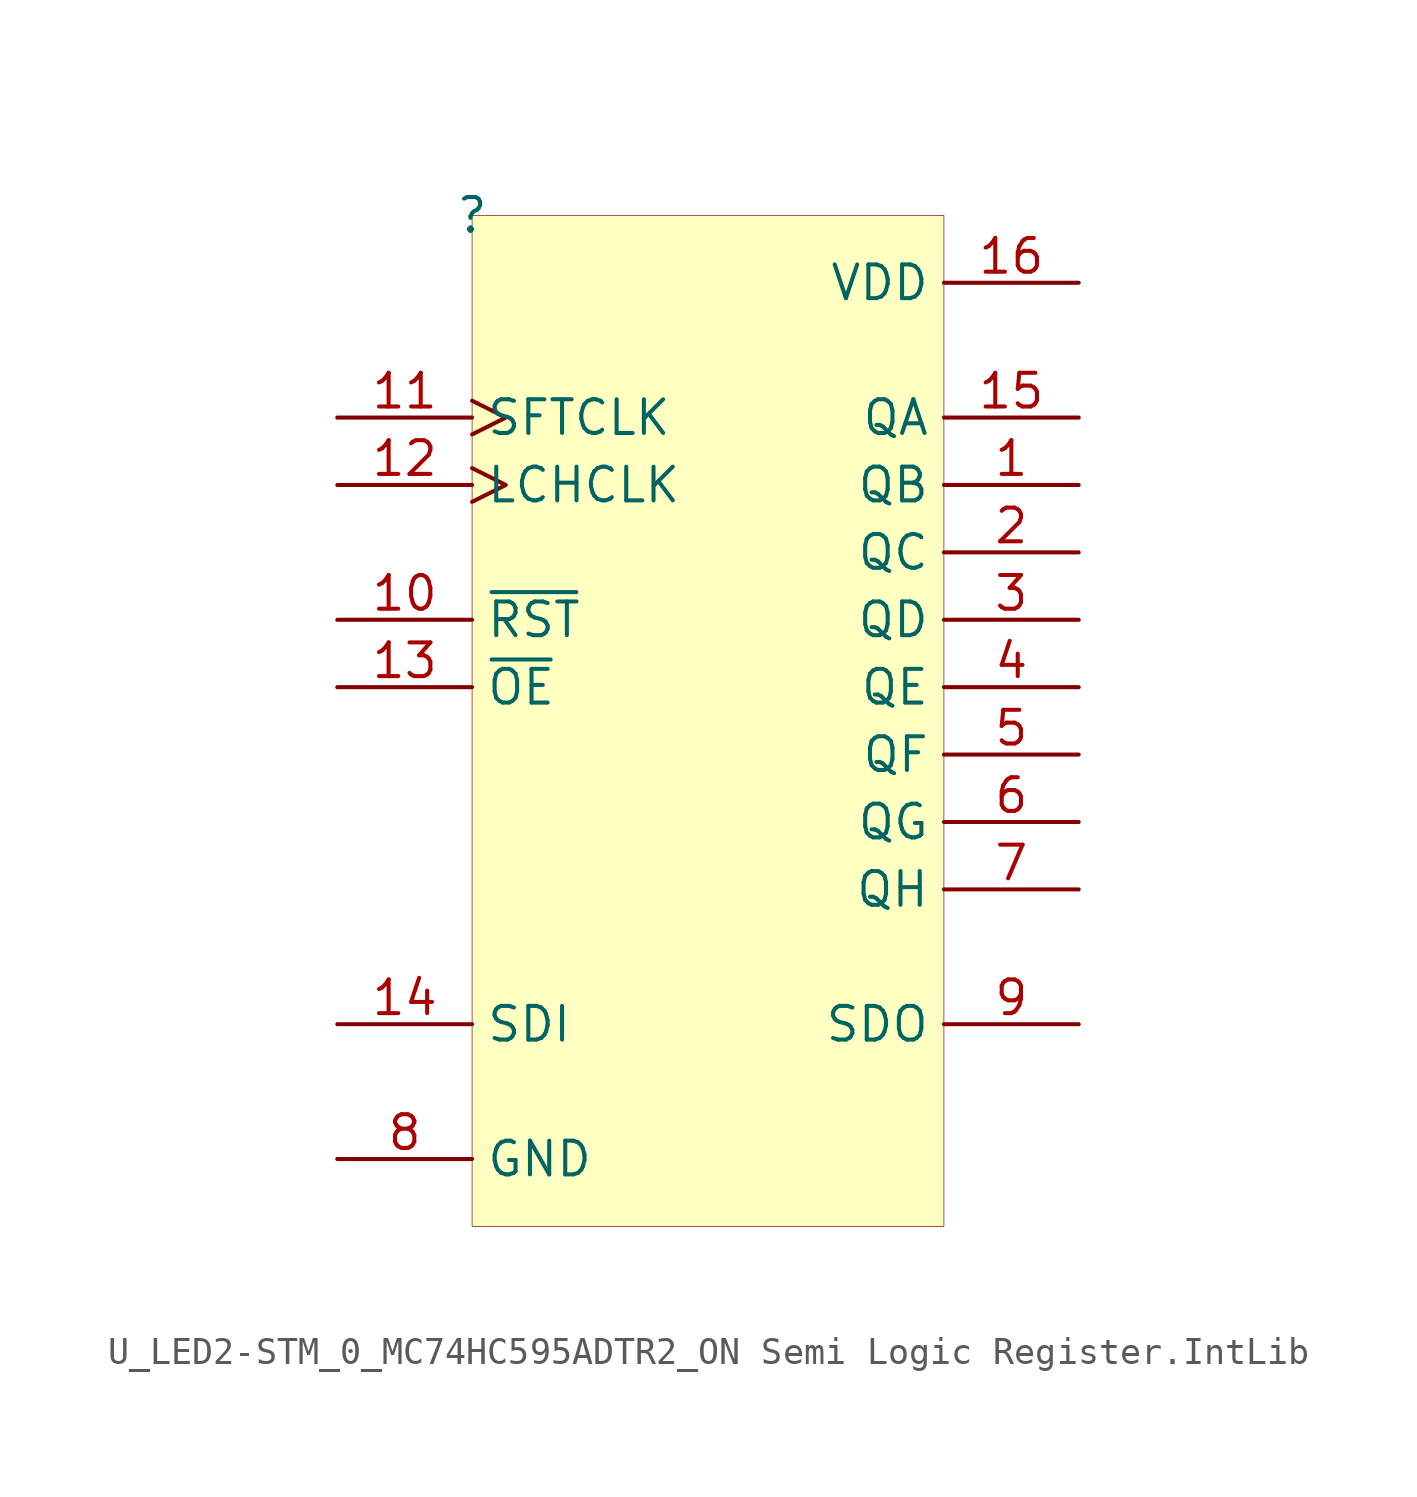
<source format=kicad_sym>
(kicad_symbol_lib
  (version 20241209)
  (generator "kicad_symbol_editor")
  (generator_version "9.0")
  (symbol "U_LED2-STM_0_MC74HC595ADTR2_ON Semi Logic Register.IntLib"
    (property "Reference" ""
      (at 0 0 0)
      (effects (font (size 1.27 1.27))))
    (property "Value" ""
      (at 0 0 0)
      (effects (font (size 1.27 1.27))))
    (symbol "U_LED2-STM_0_MC74HC595ADTR2_ON Semi Logic Register.IntLib_1_0"
      (rectangle (start 17.78 0) (end 0 -38.1) (stroke (width 0.025) (type solid) (color 128 0 0 1)) (fill (type background)))
      (pin input clock (at -5.08 -7.62 0) (length 5.08) (name "SFTCLK" (effects (font (size 1.27 1.27)))) (number "11" (effects (font (size 1.27 1.27)))))
      (pin input clock (at -5.08 -10.16 0) (length 5.08) (name "LCHCLK" (effects (font (size 1.27 1.27)))) (number "12" (effects (font (size 1.27 1.27)))))
      (pin input line (at -5.08 -15.24 0) (length 5.08) (name "~{RST}" (effects (font (size 1.27 1.27)))) (number "10" (effects (font (size 1.27 1.27)))))
      (pin input line (at -5.08 -17.78 0) (length 5.08) (name "~{OE}" (effects (font (size 1.27 1.27)))) (number "13" (effects (font (size 1.27 1.27)))))
      (pin input line (at -5.08 -30.48 0) (length 5.08) (name "SDI" (effects (font (size 1.27 1.27)))) (number "14" (effects (font (size 1.27 1.27)))))
      (pin power_in line (at -5.08 -35.56 0) (length 5.08) (name "GND" (effects (font (size 1.27 1.27)))) (number "8" (effects (font (size 1.27 1.27)))))
      (pin power_in line (at 22.86 -2.54 180) (length 5.08) (name "VDD" (effects (font (size 1.27 1.27)))) (number "16" (effects (font (size 1.27 1.27)))))
      (pin tri_state line (at 22.86 -7.62 180) (length 5.08) (name "QA" (effects (font (size 1.27 1.27)))) (number "15" (effects (font (size 1.27 1.27)))))
      (pin tri_state line (at 22.86 -10.16 180) (length 5.08) (name "QB" (effects (font (size 1.27 1.27)))) (number "1" (effects (font (size 1.27 1.27)))))
      (pin tri_state line (at 22.86 -12.7 180) (length 5.08) (name "QC" (effects (font (size 1.27 1.27)))) (number "2" (effects (font (size 1.27 1.27)))))
      (pin tri_state line (at 22.86 -15.24 180) (length 5.08) (name "QD" (effects (font (size 1.27 1.27)))) (number "3" (effects (font (size 1.27 1.27)))))
      (pin tri_state line (at 22.86 -17.78 180) (length 5.08) (name "QE" (effects (font (size 1.27 1.27)))) (number "4" (effects (font (size 1.27 1.27)))))
      (pin tri_state line (at 22.86 -20.32 180) (length 5.08) (name "QF" (effects (font (size 1.27 1.27)))) (number "5" (effects (font (size 1.27 1.27)))))
      (pin tri_state line (at 22.86 -22.86 180) (length 5.08) (name "QG" (effects (font (size 1.27 1.27)))) (number "6" (effects (font (size 1.27 1.27)))))
      (pin tri_state line (at 22.86 -25.4 180) (length 5.08) (name "QH" (effects (font (size 1.27 1.27)))) (number "7" (effects (font (size 1.27 1.27)))))
      (pin output line (at 22.86 -30.48 180) (length 5.08) (name "SDO" (effects (font (size 1.27 1.27)))) (number "9" (effects (font (size 1.27 1.27))))))))
</source>
